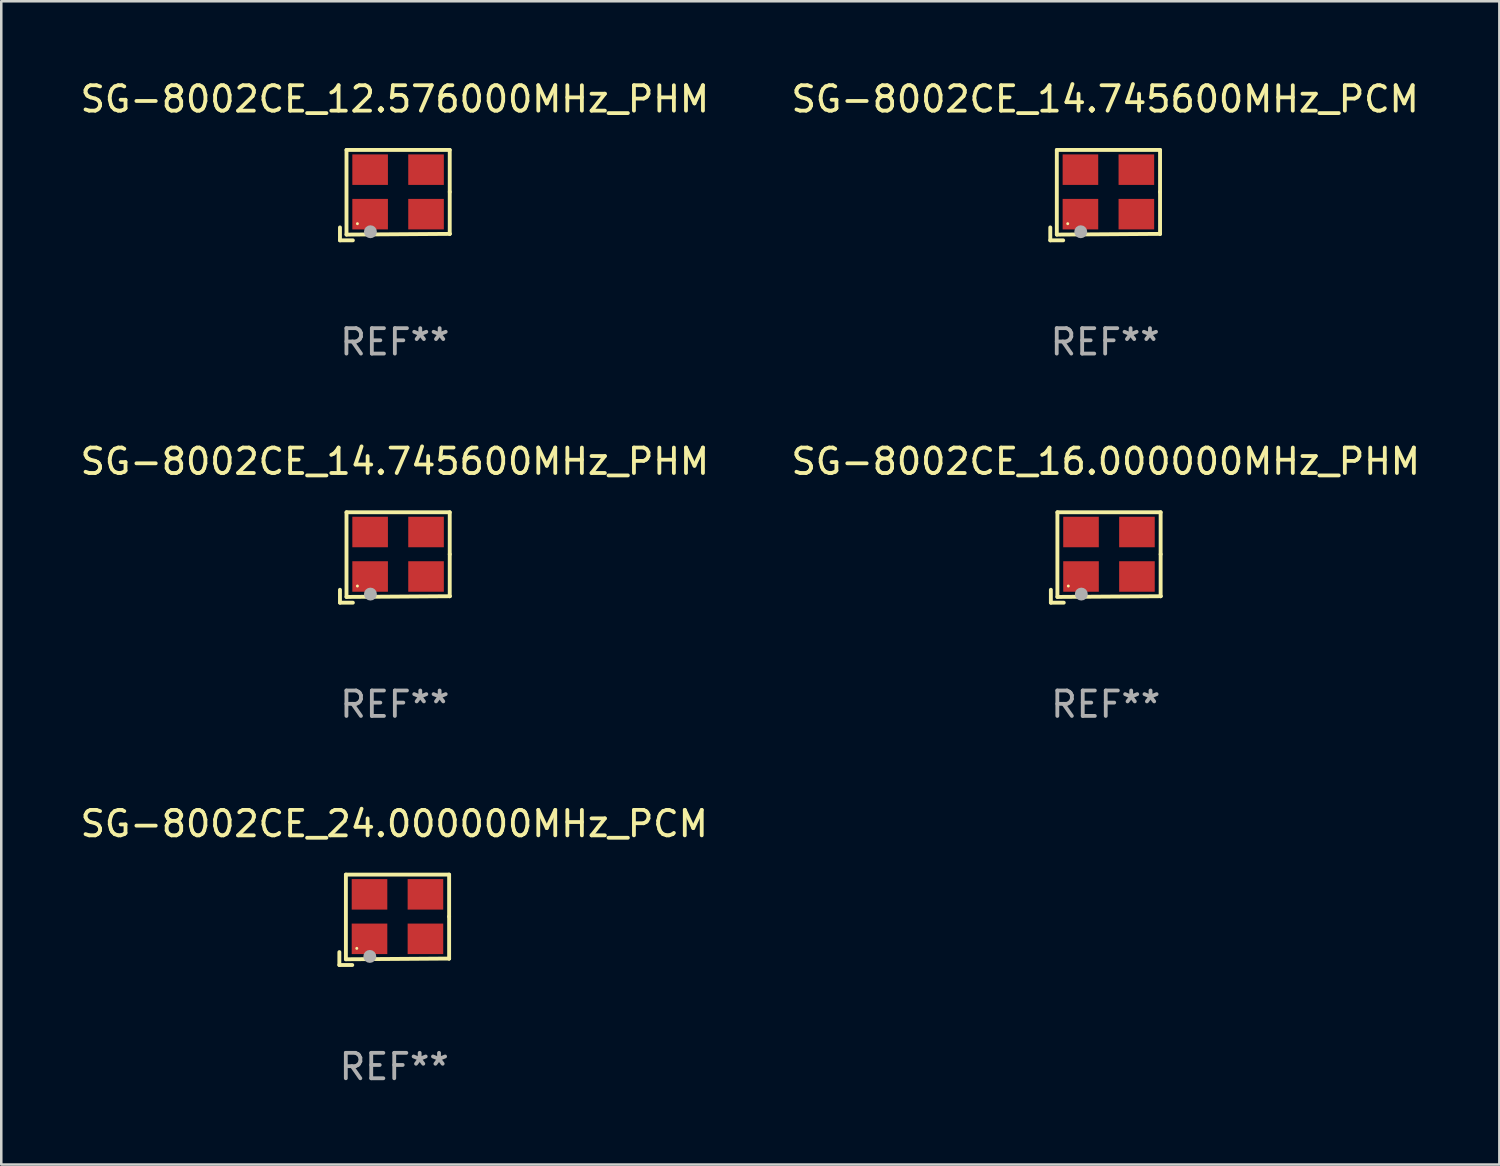
<source format=kicad_pcb>
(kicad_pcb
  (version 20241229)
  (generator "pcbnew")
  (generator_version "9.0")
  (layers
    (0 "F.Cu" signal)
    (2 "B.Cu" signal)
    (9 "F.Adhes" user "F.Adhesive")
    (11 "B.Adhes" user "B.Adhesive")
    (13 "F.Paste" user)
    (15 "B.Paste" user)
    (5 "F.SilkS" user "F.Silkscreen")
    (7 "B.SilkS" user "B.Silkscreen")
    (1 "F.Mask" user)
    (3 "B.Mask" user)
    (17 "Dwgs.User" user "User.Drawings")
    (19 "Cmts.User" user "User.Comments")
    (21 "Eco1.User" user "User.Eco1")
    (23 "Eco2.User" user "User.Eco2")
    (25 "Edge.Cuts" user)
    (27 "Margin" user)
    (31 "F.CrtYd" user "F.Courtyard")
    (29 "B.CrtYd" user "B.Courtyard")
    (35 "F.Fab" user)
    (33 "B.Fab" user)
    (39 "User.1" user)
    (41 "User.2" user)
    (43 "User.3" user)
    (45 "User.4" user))
  (footprint "SG-8002CE_12.576000MHz_PHM"
    (layer "F.Cu")
    (at 12.482 4.626)
    (property "Reference" "SG-8002CE_12.576000MHz_PHM" (at 0 -3.778 0) (layer "F.SilkS") (effects (font (size 1 1) (thickness 0.15))))
    (attr through_hole)
    (fp_line (start -2.159 1.27) (end -2.159 1.778) (stroke (width 0.152) (type solid)) (layer "F.SilkS"))
    (fp_line (start -2.159 1.778) (end -1.651 1.778) (stroke (width 0.152) (type solid)) (layer "F.SilkS"))
    (fp_line (start -1.902 -1.778) (end 2.159 -1.778) (stroke (width 0.152) (type solid)) (layer "F.SilkS"))
    (fp_line (start -1.902 1.552) (end -1.902 -1.778) (stroke (width 0.152) (type solid)) (layer "F.SilkS"))
    (fp_line (start 2.159 -1.778) (end 2.159 -0.127) (stroke (width 0.152) (type solid)) (layer "F.SilkS"))
    (fp_line (start 2.159 -0.127) (end 2.159 1.524) (stroke (width 0.152) (type solid)) (layer "F.SilkS"))
    (fp_line (start 2.159 1.524) (end -1.902 1.552) (stroke (width 0.152) (type solid)) (layer "F.SilkS"))
    (fp_line (start 2.159 1.524) (end 2.159 1.524) (stroke (width 0.152) (type solid)) (layer "F.SilkS"))
    (fp_circle (center -1.473 1.123) (end -1.443 1.123) (stroke (width 0.06) (type solid)) (fill no) (layer "F.SilkS"))
    (fp_circle (center -0.961 1.44) (end -0.834 1.44) (stroke (width 0.254) (type solid)) (fill no) (layer "F.Fab"))
    (fp_text user "REF**" (at 0 5.778 0) (layer "F.Fab") (effects (font (size 1 1) (thickness 0.15))))
    (pad "1" smd rect (at -0.973 0.748) (size 1.4 1.2) (layers "F.Cu" "F.Mask" "F.Paste"))
    (pad "2" smd rect (at 1.227 0.748) (size 1.4 1.2) (layers "F.Cu" "F.Mask" "F.Paste"))
    (pad "3" smd rect (at 1.227 -1.002) (size 1.4 1.2) (layers "F.Cu" "F.Mask" "F.Paste"))
    (pad "4" smd rect (at -0.973 -1.002) (size 1.4 1.2) (layers "F.Cu" "F.Mask" "F.Paste")))
  (footprint "SG-8002CE_14.745600MHz_PCM"
    (layer "F.Cu")
    (at 40.423 4.626)
    (property "Reference" "SG-8002CE_14.745600MHz_PCM" (at 0 -3.778 0) (layer "F.SilkS") (effects (font (size 1 1) (thickness 0.15))))
    (attr through_hole)
    (fp_line (start -2.159 1.27) (end -2.159 1.778) (stroke (width 0.152) (type solid)) (layer "F.SilkS"))
    (fp_line (start -2.159 1.778) (end -1.651 1.778) (stroke (width 0.152) (type solid)) (layer "F.SilkS"))
    (fp_line (start -1.902 -1.778) (end 2.159 -1.778) (stroke (width 0.152) (type solid)) (layer "F.SilkS"))
    (fp_line (start -1.902 1.552) (end -1.902 -1.778) (stroke (width 0.152) (type solid)) (layer "F.SilkS"))
    (fp_line (start 2.159 -1.778) (end 2.159 -0.127) (stroke (width 0.152) (type solid)) (layer "F.SilkS"))
    (fp_line (start 2.159 -0.127) (end 2.159 1.524) (stroke (width 0.152) (type solid)) (layer "F.SilkS"))
    (fp_line (start 2.159 1.524) (end -1.902 1.552) (stroke (width 0.152) (type solid)) (layer "F.SilkS"))
    (fp_line (start 2.159 1.524) (end 2.159 1.524) (stroke (width 0.152) (type solid)) (layer "F.SilkS"))
    (fp_circle (center -1.473 1.123) (end -1.443 1.123) (stroke (width 0.06) (type solid)) (fill no) (layer "F.SilkS"))
    (fp_circle (center -0.961 1.44) (end -0.834 1.44) (stroke (width 0.254) (type solid)) (fill no) (layer "F.Fab"))
    (fp_text user "REF**" (at 0 5.778 0) (layer "F.Fab") (effects (font (size 1 1) (thickness 0.15))))
    (pad "1" smd rect (at -0.973 0.748) (size 1.4 1.2) (layers "F.Cu" "F.Mask" "F.Paste"))
    (pad "2" smd rect (at 1.227 0.748) (size 1.4 1.2) (layers "F.Cu" "F.Mask" "F.Paste"))
    (pad "3" smd rect (at 1.227 -1.002) (size 1.4 1.2) (layers "F.Cu" "F.Mask" "F.Paste"))
    (pad "4" smd rect (at -0.973 -1.002) (size 1.4 1.2) (layers "F.Cu" "F.Mask" "F.Paste")))
  (footprint "SG-8002CE_16.000000MHz_PHM"
    (layer "F.Cu")
    (at 40.446 18.879)
    (property "Reference" "SG-8002CE_16.000000MHz_PHM" (at 0 -3.778 0) (layer "F.SilkS") (effects (font (size 1 1) (thickness 0.15))))
    (attr through_hole)
    (fp_line (start -2.159 1.27) (end -2.159 1.778) (stroke (width 0.152) (type solid)) (layer "F.SilkS"))
    (fp_line (start -2.159 1.778) (end -1.651 1.778) (stroke (width 0.152) (type solid)) (layer "F.SilkS"))
    (fp_line (start -1.902 -1.778) (end 2.159 -1.778) (stroke (width 0.152) (type solid)) (layer "F.SilkS"))
    (fp_line (start -1.902 1.552) (end -1.902 -1.778) (stroke (width 0.152) (type solid)) (layer "F.SilkS"))
    (fp_line (start 2.159 -1.778) (end 2.159 -0.127) (stroke (width 0.152) (type solid)) (layer "F.SilkS"))
    (fp_line (start 2.159 -0.127) (end 2.159 1.524) (stroke (width 0.152) (type solid)) (layer "F.SilkS"))
    (fp_line (start 2.159 1.524) (end -1.902 1.552) (stroke (width 0.152) (type solid)) (layer "F.SilkS"))
    (fp_line (start 2.159 1.524) (end 2.159 1.524) (stroke (width 0.152) (type solid)) (layer "F.SilkS"))
    (fp_circle (center -1.473 1.123) (end -1.443 1.123) (stroke (width 0.06) (type solid)) (fill no) (layer "F.SilkS"))
    (fp_circle (center -0.961 1.44) (end -0.834 1.44) (stroke (width 0.254) (type solid)) (fill no) (layer "F.Fab"))
    (fp_text user "REF**" (at 0 5.778 0) (layer "F.Fab") (effects (font (size 1 1) (thickness 0.15))))
    (pad "1" smd rect (at -0.973 0.748) (size 1.4 1.2) (layers "F.Cu" "F.Mask" "F.Paste"))
    (pad "2" smd rect (at 1.227 0.748) (size 1.4 1.2) (layers "F.Cu" "F.Mask" "F.Paste"))
    (pad "3" smd rect (at 1.227 -1.002) (size 1.4 1.2) (layers "F.Cu" "F.Mask" "F.Paste"))
    (pad "4" smd rect (at -0.973 -1.002) (size 1.4 1.2) (layers "F.Cu" "F.Mask" "F.Paste")))
  (footprint "SG-8002CE_24.000000MHz_PCM"
    (layer "F.Cu")
    (at 12.458 33.132)
    (property "Reference" "SG-8002CE_24.000000MHz_PCM" (at 0 -3.778 0) (layer "F.SilkS") (effects (font (size 1 1) (thickness 0.15))))
    (attr through_hole)
    (fp_line (start -2.159 1.27) (end -2.159 1.778) (stroke (width 0.152) (type solid)) (layer "F.SilkS"))
    (fp_line (start -2.159 1.778) (end -1.651 1.778) (stroke (width 0.152) (type solid)) (layer "F.SilkS"))
    (fp_line (start -1.902 -1.778) (end 2.159 -1.778) (stroke (width 0.152) (type solid)) (layer "F.SilkS"))
    (fp_line (start -1.902 1.552) (end -1.902 -1.778) (stroke (width 0.152) (type solid)) (layer "F.SilkS"))
    (fp_line (start 2.159 -1.778) (end 2.159 -0.127) (stroke (width 0.152) (type solid)) (layer "F.SilkS"))
    (fp_line (start 2.159 -0.127) (end 2.159 1.524) (stroke (width 0.152) (type solid)) (layer "F.SilkS"))
    (fp_line (start 2.159 1.524) (end -1.902 1.552) (stroke (width 0.152) (type solid)) (layer "F.SilkS"))
    (fp_line (start 2.159 1.524) (end 2.159 1.524) (stroke (width 0.152) (type solid)) (layer "F.SilkS"))
    (fp_circle (center -1.473 1.123) (end -1.443 1.123) (stroke (width 0.06) (type solid)) (fill no) (layer "F.SilkS"))
    (fp_circle (center -0.961 1.44) (end -0.834 1.44) (stroke (width 0.254) (type solid)) (fill no) (layer "F.Fab"))
    (fp_text user "REF**" (at 0 5.778 0) (layer "F.Fab") (effects (font (size 1 1) (thickness 0.15))))
    (pad "1" smd rect (at -0.973 0.748) (size 1.4 1.2) (layers "F.Cu" "F.Mask" "F.Paste"))
    (pad "2" smd rect (at 1.227 0.748) (size 1.4 1.2) (layers "F.Cu" "F.Mask" "F.Paste"))
    (pad "3" smd rect (at 1.227 -1.002) (size 1.4 1.2) (layers "F.Cu" "F.Mask" "F.Paste"))
    (pad "4" smd rect (at -0.973 -1.002) (size 1.4 1.2) (layers "F.Cu" "F.Mask" "F.Paste")))
  (footprint "SG-8002CE_14.745600MHz_PHM"
    (layer "F.Cu")
    (at 12.482 18.879)
    (property "Reference" "SG-8002CE_14.745600MHz_PHM" (at 0 -3.778 0) (layer "F.SilkS") (effects (font (size 1 1) (thickness 0.15))))
    (attr through_hole)
    (fp_line (start -2.159 1.27) (end -2.159 1.778) (stroke (width 0.152) (type solid)) (layer "F.SilkS"))
    (fp_line (start -2.159 1.778) (end -1.651 1.778) (stroke (width 0.152) (type solid)) (layer "F.SilkS"))
    (fp_line (start -1.902 -1.778) (end 2.159 -1.778) (stroke (width 0.152) (type solid)) (layer "F.SilkS"))
    (fp_line (start -1.902 1.552) (end -1.902 -1.778) (stroke (width 0.152) (type solid)) (layer "F.SilkS"))
    (fp_line (start 2.159 -1.778) (end 2.159 -0.127) (stroke (width 0.152) (type solid)) (layer "F.SilkS"))
    (fp_line (start 2.159 -0.127) (end 2.159 1.524) (stroke (width 0.152) (type solid)) (layer "F.SilkS"))
    (fp_line (start 2.159 1.524) (end -1.902 1.552) (stroke (width 0.152) (type solid)) (layer "F.SilkS"))
    (fp_line (start 2.159 1.524) (end 2.159 1.524) (stroke (width 0.152) (type solid)) (layer "F.SilkS"))
    (fp_circle (center -1.473 1.123) (end -1.443 1.123) (stroke (width 0.06) (type solid)) (fill no) (layer "F.SilkS"))
    (fp_circle (center -0.961 1.44) (end -0.834 1.44) (stroke (width 0.254) (type solid)) (fill no) (layer "F.Fab"))
    (fp_text user "REF**" (at 0 5.778 0) (layer "F.Fab") (effects (font (size 1 1) (thickness 0.15))))
    (pad "1" smd rect (at -0.973 0.748) (size 1.4 1.2) (layers "F.Cu" "F.Mask" "F.Paste"))
    (pad "2" smd rect (at 1.227 0.748) (size 1.4 1.2) (layers "F.Cu" "F.Mask" "F.Paste"))
    (pad "3" smd rect (at 1.227 -1.002) (size 1.4 1.2) (layers "F.Cu" "F.Mask" "F.Paste"))
    (pad "4" smd rect (at -0.973 -1.002) (size 1.4 1.2) (layers "F.Cu" "F.Mask" "F.Paste")))
  (gr_rect
    (start -3 -3)
    (end 55.929 42.758)
    (stroke (width 0.1) (type default))
    (fill no)
    (layer "Edge.Cuts")))
</source>
